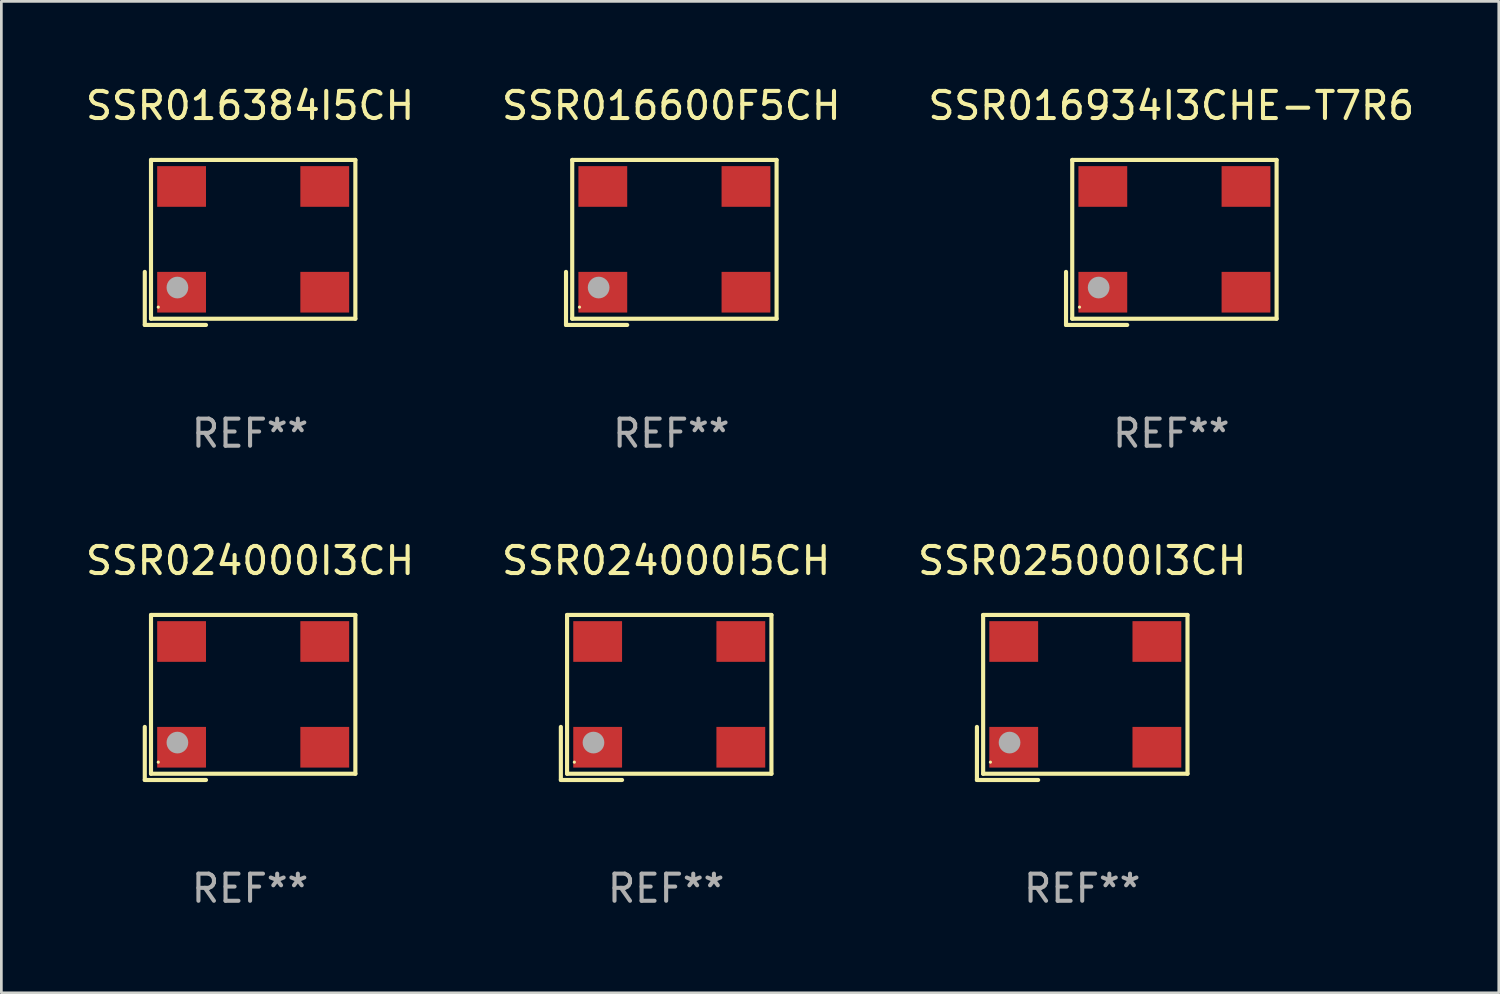
<source format=kicad_pcb>
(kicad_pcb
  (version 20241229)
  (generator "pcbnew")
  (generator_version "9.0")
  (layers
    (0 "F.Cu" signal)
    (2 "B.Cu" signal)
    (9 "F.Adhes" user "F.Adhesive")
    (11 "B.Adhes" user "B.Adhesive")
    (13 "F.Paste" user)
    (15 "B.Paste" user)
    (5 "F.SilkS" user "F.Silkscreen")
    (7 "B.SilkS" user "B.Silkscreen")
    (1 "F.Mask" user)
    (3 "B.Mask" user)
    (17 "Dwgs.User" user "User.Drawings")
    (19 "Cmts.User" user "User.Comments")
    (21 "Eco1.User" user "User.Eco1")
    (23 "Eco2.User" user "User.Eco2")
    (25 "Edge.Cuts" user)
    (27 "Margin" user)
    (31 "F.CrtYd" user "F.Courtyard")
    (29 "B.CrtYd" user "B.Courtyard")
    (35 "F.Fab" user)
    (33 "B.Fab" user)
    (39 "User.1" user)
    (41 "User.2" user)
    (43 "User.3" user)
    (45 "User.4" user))
  (footprint "SSR024000I5CH"
    (layer "F.Cu")
    (at 21.518 22.673)
    (property "Reference" "SSR024000I5CH" (at 0 -5.043 0) (layer "F.SilkS") (effects (font (size 1 1) (thickness 0.15))))
    (attr through_hole)
    (fp_line (start -3.883 1.086) (end -3.883 3.043) (stroke (width 0.152) (type solid)) (layer "F.SilkS"))
    (fp_line (start -3.883 3.043) (end -1.626 3.043) (stroke (width 0.152) (type solid)) (layer "F.SilkS"))
    (fp_line (start -3.654 -3.043) (end 3.883 -3.043) (stroke (width 0.152) (type solid)) (layer "F.SilkS"))
    (fp_line (start -3.654 2.814) (end -3.654 -3.043) (stroke (width 0.152) (type solid)) (layer "F.SilkS"))
    (fp_line (start 3.883 -3.043) (end 3.883 2.814) (stroke (width 0.152) (type solid)) (layer "F.SilkS"))
    (fp_line (start 3.883 2.814) (end -3.654 2.814) (stroke (width 0.152) (type solid)) (layer "F.SilkS"))
    (fp_circle (center -3.386 2.386) (end -3.356 2.386) (stroke (width 0.06) (type solid)) (fill no) (layer "F.SilkS"))
    (fp_circle (center -2.68 1.664) (end -2.48 1.664) (stroke (width 0.4) (type solid)) (fill no) (layer "F.Fab"))
    (fp_text user "REF**" (at 0 7.043 0) (layer "F.Fab") (effects (font (size 1 1) (thickness 0.15))))
    (pad "1" smd rect (at -2.526 1.836) (size 1.8 1.5) (layers "F.Cu" "F.Mask" "F.Paste"))
    (pad "2" smd rect (at 2.754 1.836) (size 1.8 1.5) (layers "F.Cu" "F.Mask" "F.Paste"))
    (pad "3" smd rect (at 2.754 -2.064) (size 1.8 1.5) (layers "F.Cu" "F.Mask" "F.Paste"))
    (pad "4" smd rect (at -2.526 -2.064) (size 1.8 1.5) (layers "F.Cu" "F.Mask" "F.Paste")))
  (footprint "SSR016384I5CH"
    (layer "F.Cu")
    (at 6.173 5.891)
    (property "Reference" "SSR016384I5CH" (at 0 -5.043 0) (layer "F.SilkS") (effects (font (size 1 1) (thickness 0.15))))
    (attr through_hole)
    (fp_line (start -3.883 1.086) (end -3.883 3.043) (stroke (width 0.152) (type solid)) (layer "F.SilkS"))
    (fp_line (start -3.883 3.043) (end -1.626 3.043) (stroke (width 0.152) (type solid)) (layer "F.SilkS"))
    (fp_line (start -3.654 -3.043) (end 3.883 -3.043) (stroke (width 0.152) (type solid)) (layer "F.SilkS"))
    (fp_line (start -3.654 2.814) (end -3.654 -3.043) (stroke (width 0.152) (type solid)) (layer "F.SilkS"))
    (fp_line (start 3.883 -3.043) (end 3.883 2.814) (stroke (width 0.152) (type solid)) (layer "F.SilkS"))
    (fp_line (start 3.883 2.814) (end -3.654 2.814) (stroke (width 0.152) (type solid)) (layer "F.SilkS"))
    (fp_circle (center -3.386 2.386) (end -3.356 2.386) (stroke (width 0.06) (type solid)) (fill no) (layer "F.SilkS"))
    (fp_circle (center -2.68 1.664) (end -2.48 1.664) (stroke (width 0.4) (type solid)) (fill no) (layer "F.Fab"))
    (fp_text user "REF**" (at 0 7.043 0) (layer "F.Fab") (effects (font (size 1 1) (thickness 0.15))))
    (pad "1" smd rect (at -2.526 1.836) (size 1.8 1.5) (layers "F.Cu" "F.Mask" "F.Paste"))
    (pad "2" smd rect (at 2.754 1.836) (size 1.8 1.5) (layers "F.Cu" "F.Mask" "F.Paste"))
    (pad "3" smd rect (at 2.754 -2.064) (size 1.8 1.5) (layers "F.Cu" "F.Mask" "F.Paste"))
    (pad "4" smd rect (at -2.526 -2.064) (size 1.8 1.5) (layers "F.Cu" "F.Mask" "F.Paste")))
  (footprint "SSR016600F5CH"
    (layer "F.Cu")
    (at 21.708 5.891)
    (property "Reference" "SSR016600F5CH" (at 0 -5.043 0) (layer "F.SilkS") (effects (font (size 1 1) (thickness 0.15))))
    (attr through_hole)
    (fp_line (start -3.883 1.086) (end -3.883 3.043) (stroke (width 0.152) (type solid)) (layer "F.SilkS"))
    (fp_line (start -3.883 3.043) (end -1.626 3.043) (stroke (width 0.152) (type solid)) (layer "F.SilkS"))
    (fp_line (start -3.654 -3.043) (end 3.883 -3.043) (stroke (width 0.152) (type solid)) (layer "F.SilkS"))
    (fp_line (start -3.654 2.814) (end -3.654 -3.043) (stroke (width 0.152) (type solid)) (layer "F.SilkS"))
    (fp_line (start 3.883 -3.043) (end 3.883 2.814) (stroke (width 0.152) (type solid)) (layer "F.SilkS"))
    (fp_line (start 3.883 2.814) (end -3.654 2.814) (stroke (width 0.152) (type solid)) (layer "F.SilkS"))
    (fp_circle (center -3.386 2.386) (end -3.356 2.386) (stroke (width 0.06) (type solid)) (fill no) (layer "F.SilkS"))
    (fp_circle (center -2.68 1.664) (end -2.48 1.664) (stroke (width 0.4) (type solid)) (fill no) (layer "F.Fab"))
    (fp_text user "REF**" (at 0 7.043 0) (layer "F.Fab") (effects (font (size 1 1) (thickness 0.15))))
    (pad "1" smd rect (at -2.526 1.836) (size 1.8 1.5) (layers "F.Cu" "F.Mask" "F.Paste"))
    (pad "2" smd rect (at 2.754 1.836) (size 1.8 1.5) (layers "F.Cu" "F.Mask" "F.Paste"))
    (pad "3" smd rect (at 2.754 -2.064) (size 1.8 1.5) (layers "F.Cu" "F.Mask" "F.Paste"))
    (pad "4" smd rect (at -2.526 -2.064) (size 1.8 1.5) (layers "F.Cu" "F.Mask" "F.Paste")))
  (footprint "SSR016934I3CHE-T7R6"
    (layer "F.Cu")
    (at 40.149 5.891)
    (property "Reference" "SSR016934I3CHE-T7R6" (at 0 -5.043 0) (layer "F.SilkS") (effects (font (size 1 1) (thickness 0.15))))
    (attr through_hole)
    (fp_line (start -3.883 1.086) (end -3.883 3.043) (stroke (width 0.152) (type solid)) (layer "F.SilkS"))
    (fp_line (start -3.883 3.043) (end -1.626 3.043) (stroke (width 0.152) (type solid)) (layer "F.SilkS"))
    (fp_line (start -3.654 -3.043) (end 3.883 -3.043) (stroke (width 0.152) (type solid)) (layer "F.SilkS"))
    (fp_line (start -3.654 2.814) (end -3.654 -3.043) (stroke (width 0.152) (type solid)) (layer "F.SilkS"))
    (fp_line (start 3.883 -3.043) (end 3.883 2.814) (stroke (width 0.152) (type solid)) (layer "F.SilkS"))
    (fp_line (start 3.883 2.814) (end -3.654 2.814) (stroke (width 0.152) (type solid)) (layer "F.SilkS"))
    (fp_circle (center -3.386 2.386) (end -3.356 2.386) (stroke (width 0.06) (type solid)) (fill no) (layer "F.SilkS"))
    (fp_circle (center -2.68 1.664) (end -2.48 1.664) (stroke (width 0.4) (type solid)) (fill no) (layer "F.Fab"))
    (fp_text user "REF**" (at 0 7.043 0) (layer "F.Fab") (effects (font (size 1 1) (thickness 0.15))))
    (pad "1" smd rect (at -2.526 1.836) (size 1.8 1.5) (layers "F.Cu" "F.Mask" "F.Paste"))
    (pad "2" smd rect (at 2.754 1.836) (size 1.8 1.5) (layers "F.Cu" "F.Mask" "F.Paste"))
    (pad "3" smd rect (at 2.754 -2.064) (size 1.8 1.5) (layers "F.Cu" "F.Mask" "F.Paste"))
    (pad "4" smd rect (at -2.526 -2.064) (size 1.8 1.5) (layers "F.Cu" "F.Mask" "F.Paste")))
  (footprint "SSR025000I3CH"
    (layer "F.Cu")
    (at 36.863 22.673)
    (property "Reference" "SSR025000I3CH" (at 0 -5.043 0) (layer "F.SilkS") (effects (font (size 1 1) (thickness 0.15))))
    (attr through_hole)
    (fp_line (start -3.883 1.086) (end -3.883 3.043) (stroke (width 0.152) (type solid)) (layer "F.SilkS"))
    (fp_line (start -3.883 3.043) (end -1.626 3.043) (stroke (width 0.152) (type solid)) (layer "F.SilkS"))
    (fp_line (start -3.654 -3.043) (end 3.883 -3.043) (stroke (width 0.152) (type solid)) (layer "F.SilkS"))
    (fp_line (start -3.654 2.814) (end -3.654 -3.043) (stroke (width 0.152) (type solid)) (layer "F.SilkS"))
    (fp_line (start 3.883 -3.043) (end 3.883 2.814) (stroke (width 0.152) (type solid)) (layer "F.SilkS"))
    (fp_line (start 3.883 2.814) (end -3.654 2.814) (stroke (width 0.152) (type solid)) (layer "F.SilkS"))
    (fp_circle (center -3.386 2.386) (end -3.356 2.386) (stroke (width 0.06) (type solid)) (fill no) (layer "F.SilkS"))
    (fp_circle (center -2.68 1.664) (end -2.48 1.664) (stroke (width 0.4) (type solid)) (fill no) (layer "F.Fab"))
    (fp_text user "REF**" (at 0 7.043 0) (layer "F.Fab") (effects (font (size 1 1) (thickness 0.15))))
    (pad "1" smd rect (at -2.526 1.836) (size 1.8 1.5) (layers "F.Cu" "F.Mask" "F.Paste"))
    (pad "2" smd rect (at 2.754 1.836) (size 1.8 1.5) (layers "F.Cu" "F.Mask" "F.Paste"))
    (pad "3" smd rect (at 2.754 -2.064) (size 1.8 1.5) (layers "F.Cu" "F.Mask" "F.Paste"))
    (pad "4" smd rect (at -2.526 -2.064) (size 1.8 1.5) (layers "F.Cu" "F.Mask" "F.Paste")))
  (footprint "SSR024000I3CH"
    (layer "F.Cu")
    (at 6.173 22.673)
    (property "Reference" "SSR024000I3CH" (at 0 -5.043 0) (layer "F.SilkS") (effects (font (size 1 1) (thickness 0.15))))
    (attr through_hole)
    (fp_line (start -3.883 1.086) (end -3.883 3.043) (stroke (width 0.152) (type solid)) (layer "F.SilkS"))
    (fp_line (start -3.883 3.043) (end -1.626 3.043) (stroke (width 0.152) (type solid)) (layer "F.SilkS"))
    (fp_line (start -3.654 -3.043) (end 3.883 -3.043) (stroke (width 0.152) (type solid)) (layer "F.SilkS"))
    (fp_line (start -3.654 2.814) (end -3.654 -3.043) (stroke (width 0.152) (type solid)) (layer "F.SilkS"))
    (fp_line (start 3.883 -3.043) (end 3.883 2.814) (stroke (width 0.152) (type solid)) (layer "F.SilkS"))
    (fp_line (start 3.883 2.814) (end -3.654 2.814) (stroke (width 0.152) (type solid)) (layer "F.SilkS"))
    (fp_circle (center -3.386 2.386) (end -3.356 2.386) (stroke (width 0.06) (type solid)) (fill no) (layer "F.SilkS"))
    (fp_circle (center -2.68 1.664) (end -2.48 1.664) (stroke (width 0.4) (type solid)) (fill no) (layer "F.Fab"))
    (fp_text user "REF**" (at 0 7.043 0) (layer "F.Fab") (effects (font (size 1 1) (thickness 0.15))))
    (pad "1" smd rect (at -2.526 1.836) (size 1.8 1.5) (layers "F.Cu" "F.Mask" "F.Paste"))
    (pad "2" smd rect (at 2.754 1.836) (size 1.8 1.5) (layers "F.Cu" "F.Mask" "F.Paste"))
    (pad "3" smd rect (at 2.754 -2.064) (size 1.8 1.5) (layers "F.Cu" "F.Mask" "F.Paste"))
    (pad "4" smd rect (at -2.526 -2.064) (size 1.8 1.5) (layers "F.Cu" "F.Mask" "F.Paste")))
  (gr_rect
    (start -3 -3)
    (end 52.226 33.565)
    (stroke (width 0.1) (type default))
    (fill no)
    (layer "Edge.Cuts")))
</source>
